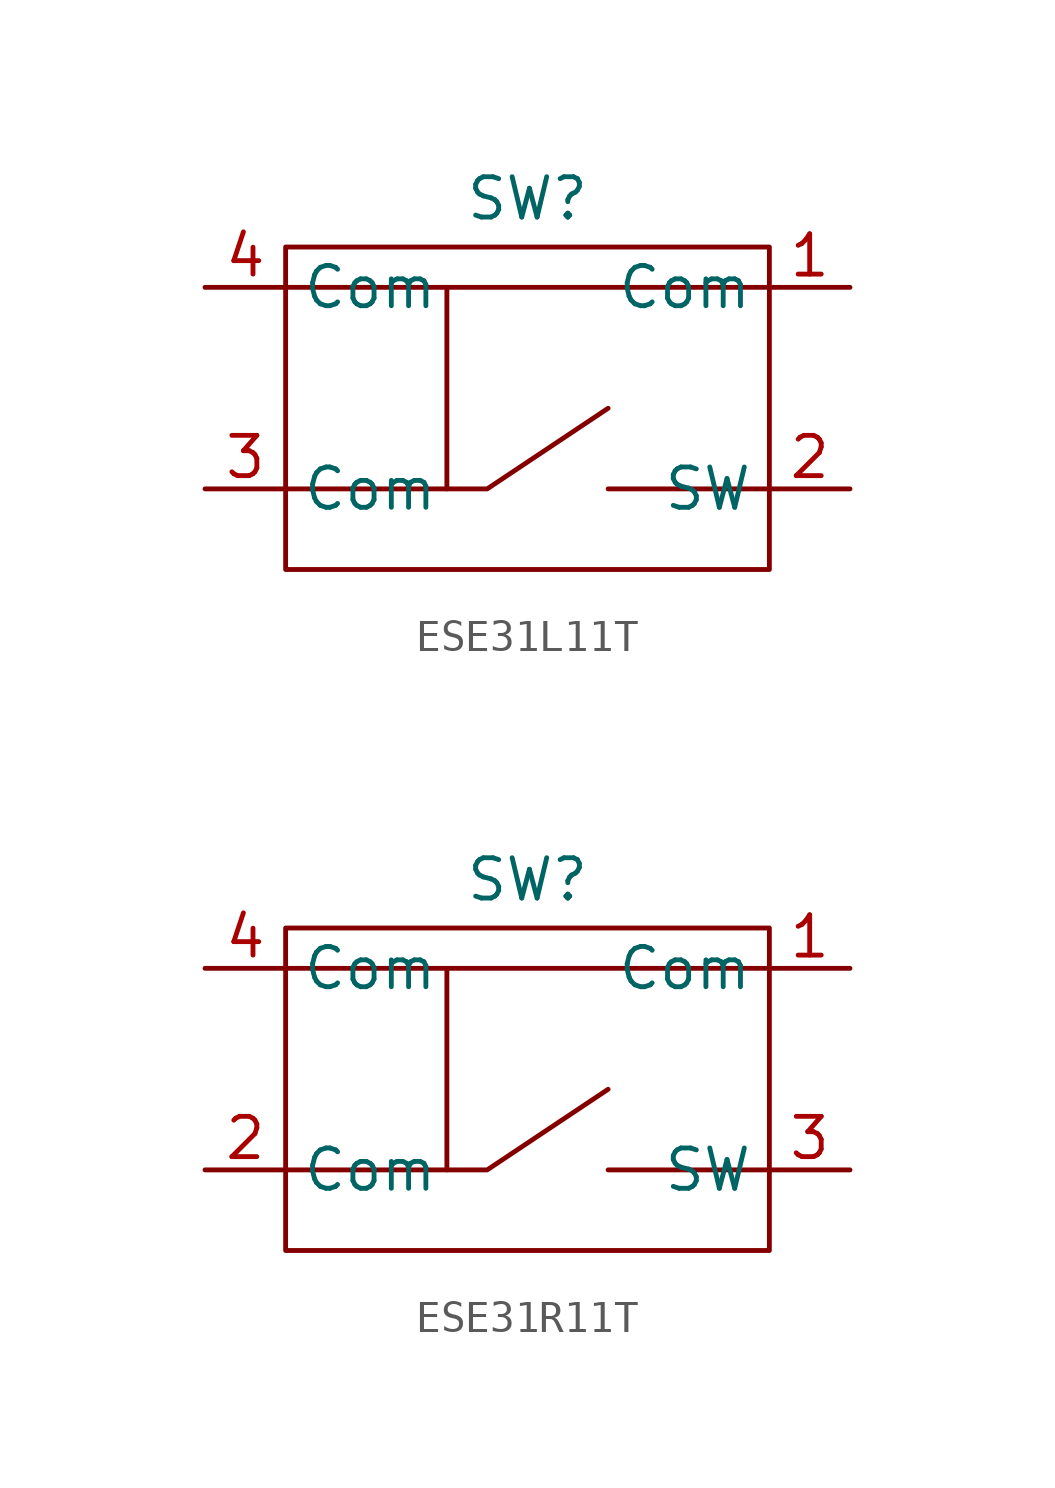
<source format=kicad_sym>
(kicad_symbol_lib
  (version 20241209)
  (generator "kicad_symbol_editor")
  (generator_version "9.0")
  (symbol "ESE31L11T"
    (property "Reference" "SW"
      (at 0 1.524 0)
      (effects (font (size 1.27 1.27))))
    (property "Value" ""
      (at 0 0 0)
      (effects (font (size 1.27 1.27))))
    (symbol "ESE31L11T_0_1"
      (rectangle (start -7.62 0) (end 7.62 -10.16) (stroke (width 0) (type default)) (fill (type none)))
      (polyline (pts (xy -7.62 -7.62) (xy -2.54 -7.62) (xy -2.54 -1.27)) (stroke (width 0) (type default)) (fill (type none)))
      (polyline (pts (xy -2.54 -7.62) (xy -1.27 -7.62) (xy 2.54 -5.08)) (stroke (width 0) (type default)) (fill (type none)))
      (polyline (pts (xy 7.62 -1.27) (xy -7.62 -1.27)) (stroke (width 0) (type default)) (fill (type none)))
      (polyline (pts (xy 7.62 -7.62) (xy 2.54 -7.62)) (stroke (width 0) (type default)) (fill (type none))))
    (symbol "ESE31L11T_1_1"
      (pin input line (at -10.16 -1.27 0) (length 2.54) (name "Com" (effects (font (size 1.27 1.27)))) (number "4" (effects (font (size 1.27 1.27)))))
      (pin input line (at -10.16 -7.62 0) (length 2.54) (name "Com" (effects (font (size 1.27 1.27)))) (number "3" (effects (font (size 1.27 1.27)))))
      (pin input line (at 10.16 -1.27 180) (length 2.54) (name "Com" (effects (font (size 1.27 1.27)))) (number "1" (effects (font (size 1.27 1.27)))))
      (pin output line (at 10.16 -7.62 180) (length 2.54) (name "SW" (effects (font (size 1.27 1.27)))) (number "2" (effects (font (size 1.27 1.27)))))))
  (symbol "ESE31R11T"
    (property "Reference" "SW"
      (at 0 1.524 0)
      (effects (font (size 1.27 1.27))))
    (property "Value" ""
      (at 0 0 0)
      (effects (font (size 1.27 1.27))))
    (symbol "ESE31R11T_0_1"
      (rectangle (start -7.62 0) (end 7.62 -10.16) (stroke (width 0) (type default)) (fill (type none)))
      (polyline (pts (xy -7.62 -7.62) (xy -2.54 -7.62) (xy -2.54 -1.27)) (stroke (width 0) (type default)) (fill (type none)))
      (polyline (pts (xy -2.54 -7.62) (xy -1.27 -7.62) (xy 2.54 -5.08)) (stroke (width 0) (type default)) (fill (type none)))
      (polyline (pts (xy 7.62 -1.27) (xy -7.62 -1.27)) (stroke (width 0) (type default)) (fill (type none)))
      (polyline (pts (xy 7.62 -7.62) (xy 2.54 -7.62)) (stroke (width 0) (type default)) (fill (type none))))
    (symbol "ESE31R11T_1_1"
      (pin input line (at -10.16 -1.27 0) (length 2.54) (name "Com" (effects (font (size 1.27 1.27)))) (number "4" (effects (font (size 1.27 1.27)))))
      (pin input line (at -10.16 -7.62 0) (length 2.54) (name "Com" (effects (font (size 1.27 1.27)))) (number "2" (effects (font (size 1.27 1.27)))))
      (pin input line (at 10.16 -1.27 180) (length 2.54) (name "Com" (effects (font (size 1.27 1.27)))) (number "1" (effects (font (size 1.27 1.27)))))
      (pin output line (at 10.16 -7.62 180) (length 2.54) (name "SW" (effects (font (size 1.27 1.27)))) (number "3" (effects (font (size 1.27 1.27))))))))
</source>
